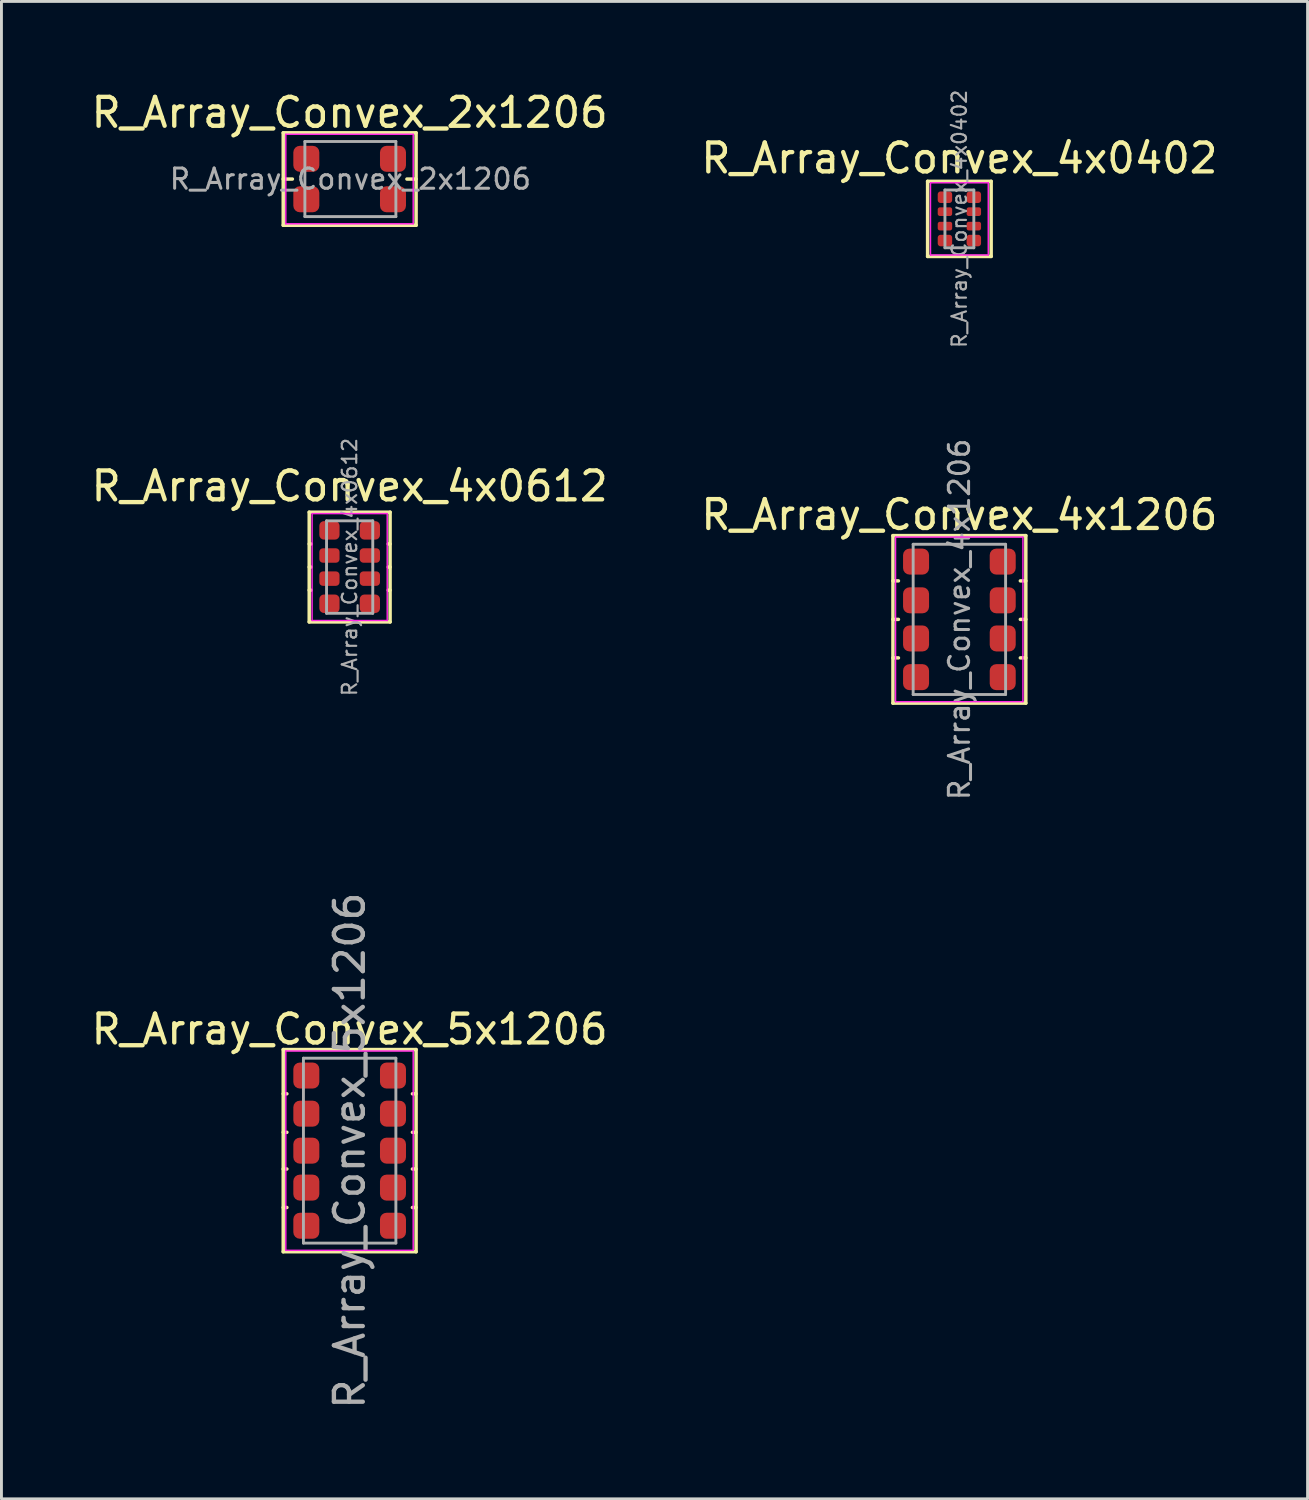
<source format=kicad_pcb>
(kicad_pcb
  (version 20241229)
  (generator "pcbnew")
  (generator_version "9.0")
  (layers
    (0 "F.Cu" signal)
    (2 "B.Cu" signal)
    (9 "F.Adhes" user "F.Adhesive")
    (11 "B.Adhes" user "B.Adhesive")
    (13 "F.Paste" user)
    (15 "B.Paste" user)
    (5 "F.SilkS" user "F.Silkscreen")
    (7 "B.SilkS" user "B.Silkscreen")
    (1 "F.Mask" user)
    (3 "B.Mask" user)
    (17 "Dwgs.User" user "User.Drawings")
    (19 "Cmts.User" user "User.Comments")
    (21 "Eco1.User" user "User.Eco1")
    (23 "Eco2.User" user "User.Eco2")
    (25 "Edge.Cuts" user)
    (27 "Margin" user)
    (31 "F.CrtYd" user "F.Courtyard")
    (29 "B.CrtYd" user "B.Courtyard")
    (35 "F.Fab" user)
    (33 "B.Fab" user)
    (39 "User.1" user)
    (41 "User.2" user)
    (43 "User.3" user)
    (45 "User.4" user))
  (footprint "R_Array_Convex_2x1206"
    (layer "F.Cu")
    (at 9.054 3.148)
    (property "Reference" "R_Array_Convex_2x1206" (at 0 -2.3 0) (layer "F.SilkS") (effects (font (size 1 1) (thickness 0.15))))
    (attr smd)
    (fp_line (start -2.3 -1.6) (end -2.3 1.6) (stroke (width 0.12) (type solid)) (layer "F.SilkS"))
    (fp_line (start -2.3 0) (end -1.982 0) (stroke (width 0.12) (type solid)) (layer "F.SilkS"))
    (fp_line (start -2.3 1.6) (end 2.3 1.6) (stroke (width 0.12) (type solid)) (layer "F.SilkS"))
    (fp_line (start 2.3 -1.6) (end -2.3 -1.6) (stroke (width 0.12) (type solid)) (layer "F.SilkS"))
    (fp_line (start 2.3 0) (end 1.982 0) (stroke (width 0.12) (type solid)) (layer "F.SilkS"))
    (fp_line (start 2.3 1.6) (end 2.3 -1.6) (stroke (width 0.12) (type solid)) (layer "F.SilkS"))
    (fp_line (start -2.21 -1.55) (end -2.21 1.55) (stroke (width 0.05) (type solid)) (layer "F.CrtYd"))
    (fp_line (start -2.21 -1.55) (end 2.2 -1.55) (stroke (width 0.05) (type solid)) (layer "F.CrtYd"))
    (fp_line (start 2.2 1.55) (end -2.21 1.55) (stroke (width 0.05) (type solid)) (layer "F.CrtYd"))
    (fp_line (start 2.2 1.55) (end 2.2 -1.55) (stroke (width 0.05) (type solid)) (layer "F.CrtYd"))
    (fp_line (start -1.55 -1.3) (end 1.6 -1.3) (stroke (width 0.1) (type solid)) (layer "F.Fab"))
    (fp_line (start -1.55 1.3) (end -1.55 -1.3) (stroke (width 0.1) (type solid)) (layer "F.Fab"))
    (fp_line (start 1.6 -1.3) (end 1.6 1.3) (stroke (width 0.1) (type solid)) (layer "F.Fab"))
    (fp_line (start 1.6 1.3) (end -1.55 1.3) (stroke (width 0.1) (type solid)) (layer "F.Fab"))
    (fp_text user "${REFERENCE}" (at 0.025 0 0) (layer "F.Fab") (effects (font (size 0.7 0.7) (thickness 0.105))))
    (pad "1" smd roundrect (at -1.5 -0.7) (size 0.9 0.9) (layers "F.Cu" "F.Mask" "F.Paste") (roundrect_rratio 0.25))
    (pad "2" smd roundrect (at -1.5 0.7) (size 0.9 0.9) (layers "F.Cu" "F.Mask" "F.Paste") (roundrect_rratio 0.25))
    (pad "3" smd roundrect (at 1.5 0.7) (size 0.9 0.9) (layers "F.Cu" "F.Mask" "F.Paste") (roundrect_rratio 0.25))
    (pad "4" smd roundrect (at 1.5 -0.7) (size 0.9 0.9) (layers "F.Cu" "F.Mask" "F.Paste") (roundrect_rratio 0.25)))
  (footprint "R_Array_Convex_4x1206"
    (layer "F.Cu")
    (at 30.161 18.391)
    (property "Reference" "R_Array_Convex_4x1206" (at 0 -3.619 0) (layer "F.SilkS") (effects (font (size 1 1) (thickness 0.15))))
    (attr smd)
    (fp_line (start -2.3 -2.9) (end -2.3 2.9) (stroke (width 0.12) (type solid)) (layer "F.SilkS"))
    (fp_line (start -2.3 0) (end -2.11 0) (stroke (width 0.12) (type solid)) (layer "F.SilkS"))
    (fp_line (start -2.3 1.333) (end -2.11 1.333) (stroke (width 0.12) (type solid)) (layer "F.SilkS"))
    (fp_line (start -2.3 2.9) (end 2.3 2.9) (stroke (width 0.12) (type solid)) (layer "F.SilkS"))
    (fp_line (start -2.11 -1.333) (end -2.3 -1.333) (stroke (width 0.12) (type solid)) (layer "F.SilkS"))
    (fp_line (start 2.11 1.333) (end 2.3 1.333) (stroke (width 0.12) (type solid)) (layer "F.SilkS"))
    (fp_line (start 2.3 -2.9) (end -2.3 -2.9) (stroke (width 0.12) (type solid)) (layer "F.SilkS"))
    (fp_line (start 2.3 -1.333) (end 2.11 -1.333) (stroke (width 0.12) (type solid)) (layer "F.SilkS"))
    (fp_line (start 2.3 0) (end 2.11 0) (stroke (width 0.12) (type solid)) (layer "F.SilkS"))
    (fp_line (start 2.3 2.9) (end 2.3 -2.9) (stroke (width 0.12) (type solid)) (layer "F.SilkS"))
    (fp_line (start -2.21 -2.85) (end -2.21 2.85) (stroke (width 0.05) (type solid)) (layer "F.CrtYd"))
    (fp_line (start -2.21 -2.85) (end 2.2 -2.85) (stroke (width 0.05) (type solid)) (layer "F.CrtYd"))
    (fp_line (start 2.2 2.85) (end -2.21 2.85) (stroke (width 0.05) (type solid)) (layer "F.CrtYd"))
    (fp_line (start 2.2 2.85) (end 2.2 -2.85) (stroke (width 0.05) (type solid)) (layer "F.CrtYd"))
    (fp_line (start -1.6 -2.6) (end -1.6 2.6) (stroke (width 0.1) (type solid)) (layer "F.Fab"))
    (fp_line (start -1.6 2.6) (end 1.6 2.6) (stroke (width 0.1) (type solid)) (layer "F.Fab"))
    (fp_line (start 1.6 -2.6) (end -1.6 -2.6) (stroke (width 0.1) (type solid)) (layer "F.Fab"))
    (fp_line (start 1.6 2.6) (end 1.6 -2.6) (stroke (width 0.1) (type solid)) (layer "F.Fab"))
    (fp_text user "${REFERENCE}" (at 0 0 90) (layer "F.Fab") (effects (font (size 0.7 0.7) (thickness 0.105))))
    (pad "1" smd roundrect (at -1.5 -2) (size 0.9 0.9) (layers "F.Cu" "F.Mask" "F.Paste") (roundrect_rratio 0.25))
    (pad "2" smd roundrect (at -1.5 -0.66) (size 0.9 0.9) (layers "F.Cu" "F.Mask" "F.Paste") (roundrect_rratio 0.25))
    (pad "3" smd roundrect (at -1.5 0.66) (size 0.9 0.9) (layers "F.Cu" "F.Mask" "F.Paste") (roundrect_rratio 0.25))
    (pad "4" smd roundrect (at -1.5 2) (size 0.9 0.9) (layers "F.Cu" "F.Mask" "F.Paste") (roundrect_rratio 0.25))
    (pad "5" smd roundrect (at 1.5 2) (size 0.9 0.9) (layers "F.Cu" "F.Mask" "F.Paste") (roundrect_rratio 0.25))
    (pad "6" smd roundrect (at 1.5 0.66) (size 0.9 0.9) (layers "F.Cu" "F.Mask" "F.Paste") (roundrect_rratio 0.25))
    (pad "7" smd roundrect (at 1.5 -0.66) (size 0.9 0.9) (layers "F.Cu" "F.Mask" "F.Paste") (roundrect_rratio 0.25))
    (pad "8" smd roundrect (at 1.5 -2) (size 0.9 0.9) (layers "F.Cu" "F.Mask" "F.Paste") (roundrect_rratio 0.25)))
  (footprint "R_Array_Convex_5x1206"
    (layer "F.Cu")
    (at 9.054 36.782)
    (property "Reference" "R_Array_Convex_5x1206" (at 0 -4.2 0) (layer "F.SilkS") (effects (font (size 1 1) (thickness 0.15))))
    (attr smd)
    (fp_line (start -2.3 -3.5) (end -2.3 3.5) (stroke (width 0.12) (type solid)) (layer "F.SilkS"))
    (fp_line (start -2.3 -1.968) (end -2.173 -1.968) (stroke (width 0.12) (type solid)) (layer "F.SilkS"))
    (fp_line (start -2.3 -0.635) (end -2.173 -0.635) (stroke (width 0.12) (type solid)) (layer "F.SilkS"))
    (fp_line (start -2.3 0.635) (end -2.173 0.635) (stroke (width 0.12) (type solid)) (layer "F.SilkS"))
    (fp_line (start -2.3 1.968) (end -2.173 1.968) (stroke (width 0.12) (type solid)) (layer "F.SilkS"))
    (fp_line (start -2.3 3.5) (end 2.3 3.5) (stroke (width 0.12) (type solid)) (layer "F.SilkS"))
    (fp_line (start 2.3 -3.5) (end -2.3 -3.5) (stroke (width 0.12) (type solid)) (layer "F.SilkS"))
    (fp_line (start 2.3 -1.968) (end 2.173 -1.968) (stroke (width 0.12) (type solid)) (layer "F.SilkS"))
    (fp_line (start 2.3 -0.635) (end 2.173 -0.635) (stroke (width 0.12) (type solid)) (layer "F.SilkS"))
    (fp_line (start 2.3 0.635) (end 2.173 0.635) (stroke (width 0.12) (type solid)) (layer "F.SilkS"))
    (fp_line (start 2.3 1.968) (end 2.173 1.968) (stroke (width 0.12) (type solid)) (layer "F.SilkS"))
    (fp_line (start 2.3 3.5) (end 2.3 -3.5) (stroke (width 0.12) (type solid)) (layer "F.SilkS"))
    (fp_line (start -2.21 -3.45) (end -2.21 3.45) (stroke (width 0.05) (type solid)) (layer "F.CrtYd"))
    (fp_line (start -2.21 -3.45) (end 2.2 -3.45) (stroke (width 0.05) (type solid)) (layer "F.CrtYd"))
    (fp_line (start 2.2 3.45) (end -2.21 3.45) (stroke (width 0.05) (type solid)) (layer "F.CrtYd"))
    (fp_line (start 2.2 3.45) (end 2.2 -3.45) (stroke (width 0.05) (type solid)) (layer "F.CrtYd"))
    (fp_line (start -1.6 -3.2) (end 1.6 -3.2) (stroke (width 0.1) (type solid)) (layer "F.Fab"))
    (fp_line (start -1.6 3.2) (end -1.6 -3.2) (stroke (width 0.1) (type solid)) (layer "F.Fab"))
    (fp_line (start 1.6 -3.2) (end 1.6 3.2) (stroke (width 0.1) (type solid)) (layer "F.Fab"))
    (fp_line (start 1.6 3.2) (end -1.6 3.2) (stroke (width 0.1) (type solid)) (layer "F.Fab"))
    (fp_text user "${REFERENCE}" (at 0 0 90) (layer "F.Fab") (effects (font (size 1 1) (thickness 0.15))))
    (pad "1" smd roundrect (at -1.5 -2.6) (size 0.9 0.9) (layers "F.Cu" "F.Mask" "F.Paste") (roundrect_rratio 0.25))
    (pad "2" smd roundrect (at -1.5 -1.28) (size 0.9 0.9) (layers "F.Cu" "F.Mask" "F.Paste") (roundrect_rratio 0.25))
    (pad "3" smd roundrect (at -1.5 0) (size 0.9 0.9) (layers "F.Cu" "F.Mask" "F.Paste") (roundrect_rratio 0.25))
    (pad "4" smd roundrect (at -1.5 1.28) (size 0.9 0.9) (layers "F.Cu" "F.Mask" "F.Paste") (roundrect_rratio 0.25))
    (pad "5" smd roundrect (at -1.5 2.6) (size 0.9 0.9) (layers "F.Cu" "F.Mask" "F.Paste") (roundrect_rratio 0.25))
    (pad "6" smd roundrect (at 1.5 2.6) (size 0.9 0.9) (layers "F.Cu" "F.Mask" "F.Paste") (roundrect_rratio 0.25))
    (pad "7" smd roundrect (at 1.5 1.28) (size 0.9 0.9) (layers "F.Cu" "F.Mask" "F.Paste") (roundrect_rratio 0.25))
    (pad "8" smd roundrect (at 1.5 0) (size 0.9 0.9) (layers "F.Cu" "F.Mask" "F.Paste") (roundrect_rratio 0.25))
    (pad "9" smd roundrect (at 1.5 -1.28) (size 0.9 0.9) (layers "F.Cu" "F.Mask" "F.Paste") (roundrect_rratio 0.25))
    (pad "10" smd roundrect (at 1.5 -2.6) (size 0.9 0.9) (layers "F.Cu" "F.Mask" "F.Paste") (roundrect_rratio 0.25)))
  (footprint "R_Array_Convex_4x0612"
    (layer "F.Cu")
    (at 9.054 16.58)
    (property "Reference" "R_Array_Convex_4x0612" (at 0 -2.8 0) (layer "F.SilkS") (effects (font (size 1 1) (thickness 0.15))))
    (attr smd)
    (fp_line (start -1.4 -1.9) (end -1.4 1.9) (stroke (width 0.12) (type solid)) (layer "F.SilkS"))
    (fp_line (start -1.4 -0.8) (end -1.337 -0.8) (stroke (width 0.12) (type solid)) (layer "F.SilkS"))
    (fp_line (start -1.4 0) (end -1.337 0) (stroke (width 0.12) (type solid)) (layer "F.SilkS"))
    (fp_line (start -1.4 0.8) (end -1.337 0.8) (stroke (width 0.12) (type solid)) (layer "F.SilkS"))
    (fp_line (start -1.4 1.9) (end 1.4 1.9) (stroke (width 0.12) (type solid)) (layer "F.SilkS"))
    (fp_line (start 1.4 -1.9) (end -1.4 -1.9) (stroke (width 0.12) (type solid)) (layer "F.SilkS"))
    (fp_line (start 1.4 -0.8) (end 1.337 -0.8) (stroke (width 0.12) (type solid)) (layer "F.SilkS"))
    (fp_line (start 1.4 0) (end 1.337 0) (stroke (width 0.12) (type solid)) (layer "F.SilkS"))
    (fp_line (start 1.4 0.8) (end 1.337 0.8) (stroke (width 0.12) (type solid)) (layer "F.SilkS"))
    (fp_line (start 1.4 1.9) (end 1.4 -1.9) (stroke (width 0.12) (type solid)) (layer "F.SilkS"))
    (fp_line (start -1.3 -1.85) (end -1.3 1.85) (stroke (width 0.05) (type solid)) (layer "F.CrtYd"))
    (fp_line (start -1.3 -1.85) (end 1.3 -1.85) (stroke (width 0.05) (type solid)) (layer "F.CrtYd"))
    (fp_line (start 1.3 1.85) (end -1.3 1.85) (stroke (width 0.05) (type solid)) (layer "F.CrtYd"))
    (fp_line (start 1.3 1.85) (end 1.3 -1.85) (stroke (width 0.05) (type solid)) (layer "F.CrtYd"))
    (fp_line (start -0.8 -1.6) (end 0.8 -1.6) (stroke (width 0.1) (type solid)) (layer "F.Fab"))
    (fp_line (start -0.8 1.6) (end -0.8 -1.6) (stroke (width 0.1) (type solid)) (layer "F.Fab"))
    (fp_line (start 0.8 -1.6) (end 0.8 1.6) (stroke (width 0.1) (type solid)) (layer "F.Fab"))
    (fp_line (start 0.8 1.6) (end -0.8 1.6) (stroke (width 0.1) (type solid)) (layer "F.Fab"))
    (fp_text user "${REFERENCE}" (at 0 0 90) (layer "F.Fab") (effects (font (size 0.5 0.5) (thickness 0.075))))
    (pad "1" smd roundrect (at -0.7 -1.27) (size 0.7 0.64) (layers "F.Cu" "F.Mask" "F.Paste") (roundrect_rratio 0.25))
    (pad "2" smd roundrect (at -0.7 -0.4) (size 0.7 0.5) (layers "F.Cu" "F.Mask" "F.Paste") (roundrect_rratio 0.25))
    (pad "3" smd roundrect (at -0.7 0.4) (size 0.7 0.5) (layers "F.Cu" "F.Mask" "F.Paste") (roundrect_rratio 0.25))
    (pad "4" smd roundrect (at -0.7 1.27) (size 0.7 0.64) (layers "F.Cu" "F.Mask" "F.Paste") (roundrect_rratio 0.25))
    (pad "5" smd roundrect (at 0.7 1.27) (size 0.7 0.64) (layers "F.Cu" "F.Mask" "F.Paste") (roundrect_rratio 0.25))
    (pad "6" smd roundrect (at 0.7 0.4) (size 0.7 0.5) (layers "F.Cu" "F.Mask" "F.Paste") (roundrect_rratio 0.25))
    (pad "7" smd roundrect (at 0.7 -0.4) (size 0.7 0.5) (layers "F.Cu" "F.Mask" "F.Paste") (roundrect_rratio 0.25))
    (pad "8" smd roundrect (at 0.7 -1.27) (size 0.7 0.64) (layers "F.Cu" "F.Mask" "F.Paste") (roundrect_rratio 0.25)))
  (footprint "R_Array_Convex_4x0402"
    (layer "F.Cu")
    (at 30.161 4.527)
    (property "Reference" "R_Array_Convex_4x0402" (at 0 -2.1 0) (layer "F.SilkS") (effects (font (size 1 1) (thickness 0.15))))
    (attr smd)
    (fp_line (start -1.1 -1.3) (end 1.1 -1.3) (stroke (width 0.12) (type solid)) (layer "F.SilkS"))
    (fp_line (start -1.1 1.3) (end -1.1 -1.3) (stroke (width 0.12) (type solid)) (layer "F.SilkS"))
    (fp_line (start 1.1 -1.3) (end 1.1 1.3) (stroke (width 0.12) (type solid)) (layer "F.SilkS"))
    (fp_line (start 1.1 1.3) (end -1.1 1.3) (stroke (width 0.12) (type solid)) (layer "F.SilkS"))
    (fp_line (start -1 -1.25) (end -1 1.25) (stroke (width 0.05) (type solid)) (layer "F.CrtYd"))
    (fp_line (start -1 -1.25) (end 1 -1.25) (stroke (width 0.05) (type solid)) (layer "F.CrtYd"))
    (fp_line (start 1 1.25) (end -1 1.25) (stroke (width 0.05) (type solid)) (layer "F.CrtYd"))
    (fp_line (start 1 1.25) (end 1 -1.25) (stroke (width 0.05) (type solid)) (layer "F.CrtYd"))
    (fp_line (start -0.5 -1) (end 0.5 -1) (stroke (width 0.1) (type solid)) (layer "F.Fab"))
    (fp_line (start -0.5 1) (end -0.5 -1) (stroke (width 0.1) (type solid)) (layer "F.Fab"))
    (fp_line (start 0.5 -1) (end 0.5 1) (stroke (width 0.1) (type solid)) (layer "F.Fab"))
    (fp_line (start 0.5 1) (end -0.5 1) (stroke (width 0.1) (type solid)) (layer "F.Fab"))
    (fp_text user "${REFERENCE}" (at 0 0 90) (layer "F.Fab") (effects (font (size 0.5 0.5) (thickness 0.075))))
    (pad "1" smd roundrect (at -0.5 -0.75) (size 0.5 0.4) (layers "F.Cu" "F.Mask" "F.Paste") (roundrect_rratio 0.25))
    (pad "2" smd roundrect (at -0.5 -0.25) (size 0.5 0.3) (layers "F.Cu" "F.Mask" "F.Paste") (roundrect_rratio 0.25))
    (pad "3" smd roundrect (at -0.5 0.25) (size 0.5 0.3) (layers "F.Cu" "F.Mask" "F.Paste") (roundrect_rratio 0.25))
    (pad "4" smd roundrect (at -0.5 0.75) (size 0.5 0.4) (layers "F.Cu" "F.Mask" "F.Paste") (roundrect_rratio 0.25))
    (pad "5" smd roundrect (at 0.5 0.75) (size 0.5 0.4) (layers "F.Cu" "F.Mask" "F.Paste") (roundrect_rratio 0.25))
    (pad "6" smd roundrect (at 0.5 0.25) (size 0.5 0.3) (layers "F.Cu" "F.Mask" "F.Paste") (roundrect_rratio 0.25))
    (pad "7" smd roundrect (at 0.5 -0.25) (size 0.5 0.3) (layers "F.Cu" "F.Mask" "F.Paste") (roundrect_rratio 0.25))
    (pad "8" smd roundrect (at 0.5 -0.75) (size 0.5 0.4) (layers "F.Cu" "F.Mask" "F.Paste") (roundrect_rratio 0.25)))
  (gr_rect
    (start -3 -3)
    (end 42.214 48.836)
    (stroke (width 0.1) (type default))
    (fill no)
    (layer "Edge.Cuts")))
</source>
